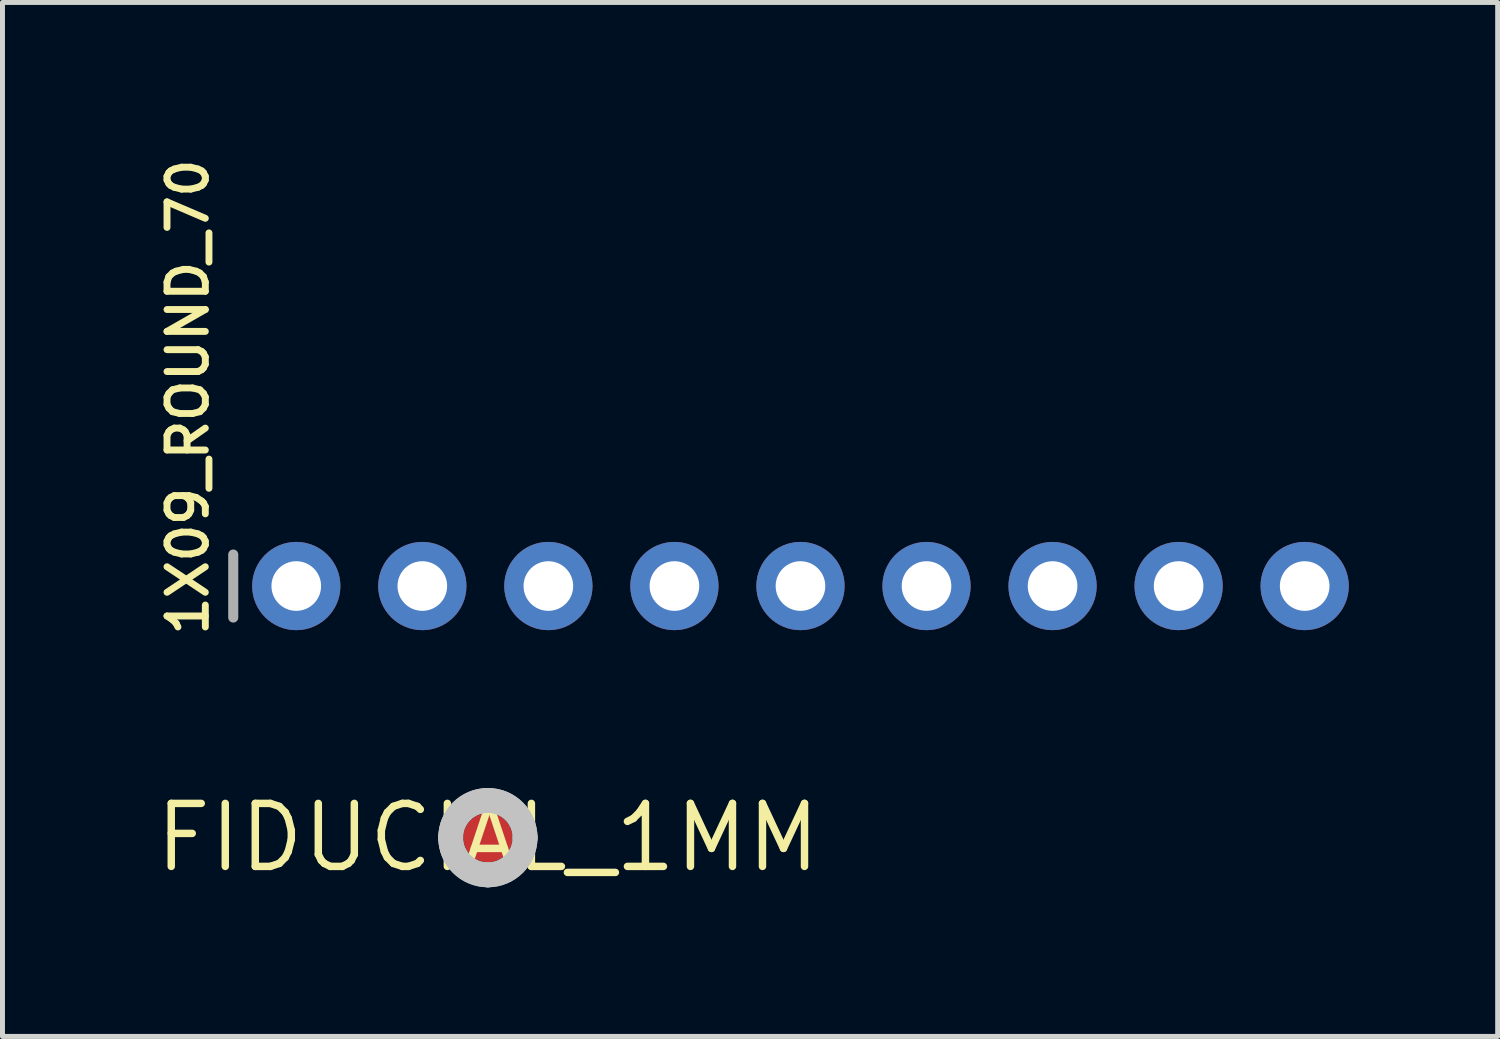
<source format=kicad_pcb>
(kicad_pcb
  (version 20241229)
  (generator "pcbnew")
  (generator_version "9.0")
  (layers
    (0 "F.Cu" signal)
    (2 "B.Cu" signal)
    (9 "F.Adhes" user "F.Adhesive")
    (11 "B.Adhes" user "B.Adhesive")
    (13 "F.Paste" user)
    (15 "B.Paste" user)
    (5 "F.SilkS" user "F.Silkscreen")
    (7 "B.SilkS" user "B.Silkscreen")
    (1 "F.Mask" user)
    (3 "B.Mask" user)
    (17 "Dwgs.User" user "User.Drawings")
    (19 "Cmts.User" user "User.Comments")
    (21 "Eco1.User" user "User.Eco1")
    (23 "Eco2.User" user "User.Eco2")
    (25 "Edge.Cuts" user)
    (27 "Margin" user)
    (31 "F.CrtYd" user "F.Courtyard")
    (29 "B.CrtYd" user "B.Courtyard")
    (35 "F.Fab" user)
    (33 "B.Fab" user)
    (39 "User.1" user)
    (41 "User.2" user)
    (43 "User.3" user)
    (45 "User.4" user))
  (footprint "1X09_ROUND_70"
    (layer "F.Cu")
    (at 13.08 8.759)
    (property "Reference" "1X09_ROUND_70" (at -11.891 1.063 90) (layer "F.SilkS") (effects (font (size 0.772 0.772) (thickness 0.139)) (justify left bottom)))
    (attr through_hole)
    (fp_line (start -11.43 -0.635) (end -11.43 0.635) (stroke (width 0.203) (type solid)) (layer "F.Fab"))
    (fp_poly (pts (xy -10.414 0.254) (xy -9.906 0.254) (xy -9.906 -0.254) (xy -10.414 -0.254)) (stroke (width 0.1) (type solid)) (fill no) (layer "F.Fab"))
    (fp_poly (pts (xy -7.874 0.254) (xy -7.366 0.254) (xy -7.366 -0.254) (xy -7.874 -0.254)) (stroke (width 0.1) (type solid)) (fill no) (layer "F.Fab"))
    (fp_poly (pts (xy -5.334 0.254) (xy -4.826 0.254) (xy -4.826 -0.254) (xy -5.334 -0.254)) (stroke (width 0.1) (type solid)) (fill no) (layer "F.Fab"))
    (fp_poly (pts (xy -2.794 0.254) (xy -2.286 0.254) (xy -2.286 -0.254) (xy -2.794 -0.254)) (stroke (width 0.1) (type solid)) (fill no) (layer "F.Fab"))
    (fp_poly (pts (xy -0.254 0.254) (xy 0.254 0.254) (xy 0.254 -0.254) (xy -0.254 -0.254)) (stroke (width 0.1) (type solid)) (fill no) (layer "F.Fab"))
    (fp_poly (pts (xy 2.286 0.254) (xy 2.794 0.254) (xy 2.794 -0.254) (xy 2.286 -0.254)) (stroke (width 0.1) (type solid)) (fill no) (layer "F.Fab"))
    (fp_poly (pts (xy 4.826 0.254) (xy 5.334 0.254) (xy 5.334 -0.254) (xy 4.826 -0.254)) (stroke (width 0.1) (type solid)) (fill no) (layer "F.Fab"))
    (fp_poly (pts (xy 7.366 0.254) (xy 7.874 0.254) (xy 7.874 -0.254) (xy 7.366 -0.254)) (stroke (width 0.1) (type solid)) (fill no) (layer "F.Fab"))
    (fp_poly (pts (xy 9.906 0.254) (xy 10.414 0.254) (xy 10.414 -0.254) (xy 9.906 -0.254)) (stroke (width 0.1) (type solid)) (fill no) (layer "F.Fab"))
    (pad "1" thru_hole circle (at -10.16 0 90) (size 1.778 1.778) (drill 1) (layers "*.Cu" "*.Mask"))
    (pad "2" thru_hole circle (at -7.62 0 90) (size 1.778 1.778) (drill 1) (layers "*.Cu" "*.Mask"))
    (pad "3" thru_hole circle (at -5.08 0 90) (size 1.778 1.778) (drill 1) (layers "*.Cu" "*.Mask"))
    (pad "4" thru_hole circle (at -2.54 0 90) (size 1.778 1.778) (drill 1) (layers "*.Cu" "*.Mask"))
    (pad "5" thru_hole circle (at 0 0 90) (size 1.778 1.778) (drill 1) (layers "*.Cu" "*.Mask"))
    (pad "6" thru_hole circle (at 2.54 0 90) (size 1.778 1.778) (drill 1) (layers "*.Cu" "*.Mask"))
    (pad "7" thru_hole circle (at 5.08 0 90) (size 1.778 1.778) (drill 1) (layers "*.Cu" "*.Mask"))
    (pad "8" thru_hole circle (at 7.62 0 90) (size 1.778 1.778) (drill 1) (layers "*.Cu" "*.Mask"))
    (pad "9" thru_hole circle (at 10.16 0 90) (size 1.778 1.778) (drill 1) (layers "*.Cu" "*.Mask")))
  (footprint "FIDUCIAL_1MM"
    (layer "F.Cu")
    (at 6.781 13.829)
    (property "Reference" "FIDUCIAL_1MM" (at 0 0 0) (layer "F.SilkS") (effects (font (size 1.27 1.27) (thickness 0.15))))
    (attr through_hole)
    (fp_arc (start -0.75 0) (mid -0.53033 -0.53033) (end 0 -0.75) (stroke (width 0.5) (type solid)) (layer "F.Mask"))
    (fp_arc (start 0 -0.75) (mid 0.53033 -0.53033) (end 0.75 0) (stroke (width 0.5) (type solid)) (layer "F.Mask"))
    (fp_arc (start 0 0.75) (mid -0.53033 0.53033) (end -0.75 0) (stroke (width 0.5) (type solid)) (layer "F.Mask"))
    (fp_arc (start 0.75 0) (mid 0.53033 0.53033) (end 0 0.75) (stroke (width 0.5) (type solid)) (layer "F.Mask"))
    (fp_arc (start -0.75 0) (mid -0.53033 -0.53033) (end 0 -0.75) (stroke (width 0.5) (type solid)) (layer "Dwgs.User"))
    (fp_arc (start -0.75 0) (mid -0.53033 -0.53033) (end 0 -0.75) (stroke (width 0.5) (type solid)) (layer "Dwgs.User"))
    (fp_arc (start 0 -0.75) (mid 0.53033 -0.53033) (end 0.75 0) (stroke (width 0.5) (type solid)) (layer "Dwgs.User"))
    (fp_arc (start 0 -0.75) (mid 0.53033 -0.53033) (end 0.75 0) (stroke (width 0.5) (type solid)) (layer "Dwgs.User"))
    (fp_arc (start 0 0.75) (mid -0.53033 0.53033) (end -0.75 0) (stroke (width 0.5) (type solid)) (layer "Dwgs.User"))
    (fp_arc (start 0 0.75) (mid -0.53033 0.53033) (end -0.75 0) (stroke (width 0.5) (type solid)) (layer "Dwgs.User"))
    (fp_arc (start 0.75 0) (mid 0.53033 0.53033) (end 0 0.75) (stroke (width 0.5) (type solid)) (layer "Dwgs.User"))
    (fp_arc (start 0.75 0) (mid 0.53033 0.53033) (end 0 0.75) (stroke (width 0.5) (type solid)) (layer "Dwgs.User"))
    (pad "1" smd roundrect (at 0 0) (size 1 1) (layers "F.Cu" "F.Mask") (roundrect_rratio 0.5)))
  (gr_rect
    (start -3 -3)
    (end 27.129 17.835)
    (stroke (width 0.1) (type default))
    (fill no)
    (layer "Edge.Cuts")))
</source>
